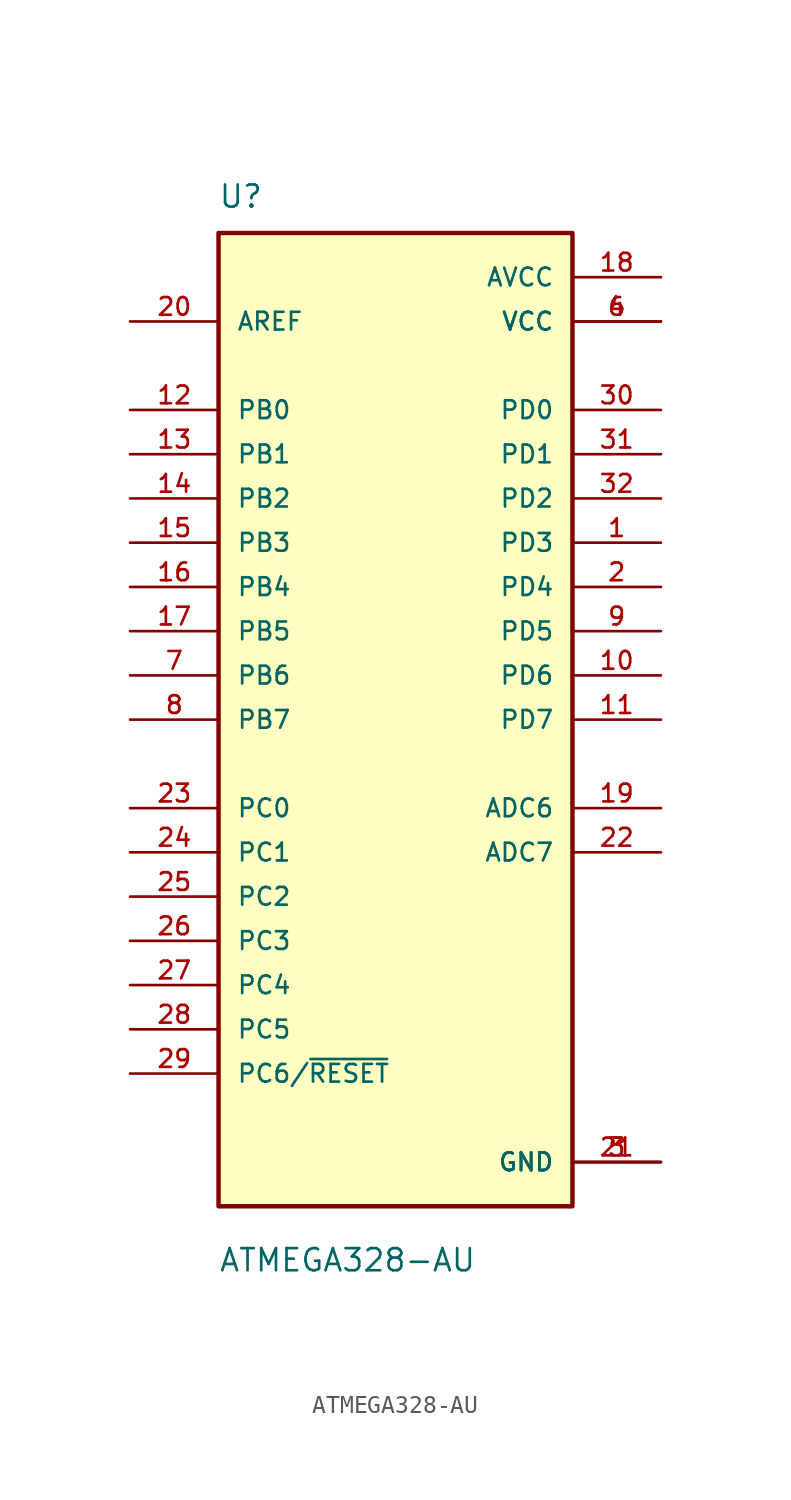
<source format=kicad_sym>
(kicad_symbol_lib
  (version 20211014)
  (generator kicad_symbol_editor)
  (symbol "ATMEGA328-AU"
    (pin_names
      (offset 1.016))
    (property "Reference" "U"
      (at -10.189 29.292 0)
      (effects (font (size 1.27 1.27)) (justify bottom left)))
    (property "Value" "ATMEGA328-AU"
      (at -10.168 -31.775 0)
      (effects (font (size 1.27 1.27)) (justify bottom left)))
    (symbol "ATMEGA328-AU_0_0"
      (rectangle (start -10.16 -27.94) (end 10.16 27.94) (stroke (width 0.254)) (fill (type background)))
      (pin power_in line (at 15.24 22.86 180.0) (length 5.08) (name "VCC" (effects (font (size 1.016 1.016)))) (number "4" (effects (font (size 1.016 1.016)))))
      (pin power_in line (at 15.24 22.86 180.0) (length 5.08) (name "VCC" (effects (font (size 1.016 1.016)))) (number "6" (effects (font (size 1.016 1.016)))))
      (pin power_in line (at 15.24 -25.4 180.0) (length 5.08) (name "GND" (effects (font (size 1.016 1.016)))) (number "3" (effects (font (size 1.016 1.016)))))
      (pin power_in line (at 15.24 -25.4 180.0) (length 5.08) (name "GND" (effects (font (size 1.016 1.016)))) (number "5" (effects (font (size 1.016 1.016)))))
      (pin power_in line (at 15.24 -25.4 180.0) (length 5.08) (name "GND" (effects (font (size 1.016 1.016)))) (number "21" (effects (font (size 1.016 1.016)))))
      (pin bidirectional line (at -15.24 17.78 0) (length 5.08) (name "PB0" (effects (font (size 1.016 1.016)))) (number "12" (effects (font (size 1.016 1.016)))))
      (pin bidirectional line (at -15.24 15.24 0) (length 5.08) (name "PB1" (effects (font (size 1.016 1.016)))) (number "13" (effects (font (size 1.016 1.016)))))
      (pin bidirectional line (at -15.24 12.7 0) (length 5.08) (name "PB2" (effects (font (size 1.016 1.016)))) (number "14" (effects (font (size 1.016 1.016)))))
      (pin bidirectional line (at -15.24 10.16 0) (length 5.08) (name "PB3" (effects (font (size 1.016 1.016)))) (number "15" (effects (font (size 1.016 1.016)))))
      (pin bidirectional line (at -15.24 7.62 0) (length 5.08) (name "PB4" (effects (font (size 1.016 1.016)))) (number "16" (effects (font (size 1.016 1.016)))))
      (pin bidirectional line (at -15.24 5.08 0) (length 5.08) (name "PB5" (effects (font (size 1.016 1.016)))) (number "17" (effects (font (size 1.016 1.016)))))
      (pin bidirectional line (at -15.24 2.54 0) (length 5.08) (name "PB6" (effects (font (size 1.016 1.016)))) (number "7" (effects (font (size 1.016 1.016)))))
      (pin bidirectional line (at -15.24 0.0 0) (length 5.08) (name "PB7" (effects (font (size 1.016 1.016)))) (number "8" (effects (font (size 1.016 1.016)))))
      (pin bidirectional line (at -15.24 -5.08 0) (length 5.08) (name "PC0" (effects (font (size 1.016 1.016)))) (number "23" (effects (font (size 1.016 1.016)))))
      (pin bidirectional line (at -15.24 -7.62 0) (length 5.08) (name "PC1" (effects (font (size 1.016 1.016)))) (number "24" (effects (font (size 1.016 1.016)))))
      (pin bidirectional line (at -15.24 -10.16 0) (length 5.08) (name "PC2" (effects (font (size 1.016 1.016)))) (number "25" (effects (font (size 1.016 1.016)))))
      (pin bidirectional line (at -15.24 -12.7 0) (length 5.08) (name "PC3" (effects (font (size 1.016 1.016)))) (number "26" (effects (font (size 1.016 1.016)))))
      (pin bidirectional line (at -15.24 -15.24 0) (length 5.08) (name "PC4" (effects (font (size 1.016 1.016)))) (number "27" (effects (font (size 1.016 1.016)))))
      (pin bidirectional line (at -15.24 -17.78 0) (length 5.08) (name "PC5" (effects (font (size 1.016 1.016)))) (number "28" (effects (font (size 1.016 1.016)))))
      (pin bidirectional line (at -15.24 -20.32 0) (length 5.08) (name "PC6/~{RESET}" (effects (font (size 1.016 1.016)))) (number "29" (effects (font (size 1.016 1.016)))))
      (pin bidirectional line (at 15.24 17.78 180.0) (length 5.08) (name "PD0" (effects (font (size 1.016 1.016)))) (number "30" (effects (font (size 1.016 1.016)))))
      (pin bidirectional line (at 15.24 15.24 180.0) (length 5.08) (name "PD1" (effects (font (size 1.016 1.016)))) (number "31" (effects (font (size 1.016 1.016)))))
      (pin bidirectional line (at 15.24 12.7 180.0) (length 5.08) (name "PD2" (effects (font (size 1.016 1.016)))) (number "32" (effects (font (size 1.016 1.016)))))
      (pin bidirectional line (at 15.24 10.16 180.0) (length 5.08) (name "PD3" (effects (font (size 1.016 1.016)))) (number "1" (effects (font (size 1.016 1.016)))))
      (pin bidirectional line (at 15.24 7.62 180.0) (length 5.08) (name "PD4" (effects (font (size 1.016 1.016)))) (number "2" (effects (font (size 1.016 1.016)))))
      (pin bidirectional line (at 15.24 5.08 180.0) (length 5.08) (name "PD5" (effects (font (size 1.016 1.016)))) (number "9" (effects (font (size 1.016 1.016)))))
      (pin bidirectional line (at 15.24 2.54 180.0) (length 5.08) (name "PD6" (effects (font (size 1.016 1.016)))) (number "10" (effects (font (size 1.016 1.016)))))
      (pin bidirectional line (at 15.24 0.0 180.0) (length 5.08) (name "PD7" (effects (font (size 1.016 1.016)))) (number "11" (effects (font (size 1.016 1.016)))))
      (pin input line (at -15.24 22.86 0) (length 5.08) (name "AREF" (effects (font (size 1.016 1.016)))) (number "20" (effects (font (size 1.016 1.016)))))
      (pin power_in line (at 15.24 25.4 180.0) (length 5.08) (name "AVCC" (effects (font (size 1.016 1.016)))) (number "18" (effects (font (size 1.016 1.016)))))
      (pin bidirectional line (at 15.24 -5.08 180.0) (length 5.08) (name "ADC6" (effects (font (size 1.016 1.016)))) (number "19" (effects (font (size 1.016 1.016)))))
      (pin bidirectional line (at 15.24 -7.62 180.0) (length 5.08) (name "ADC7" (effects (font (size 1.016 1.016)))) (number "22" (effects (font (size 1.016 1.016))))))))
</source>
